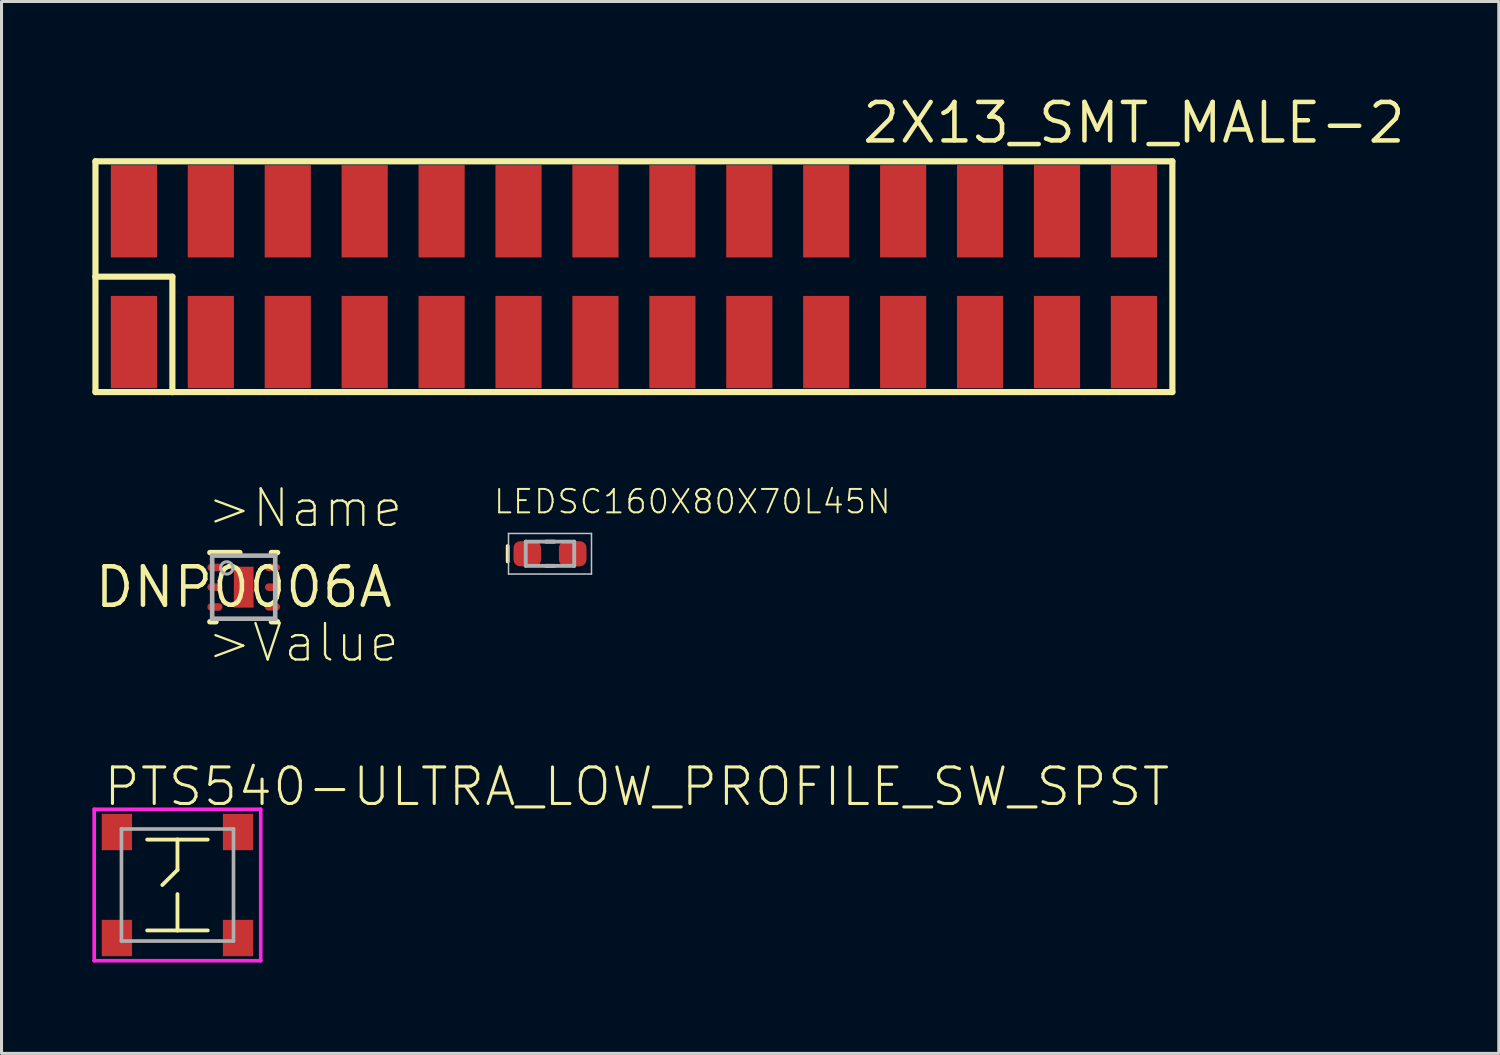
<source format=kicad_pcb>
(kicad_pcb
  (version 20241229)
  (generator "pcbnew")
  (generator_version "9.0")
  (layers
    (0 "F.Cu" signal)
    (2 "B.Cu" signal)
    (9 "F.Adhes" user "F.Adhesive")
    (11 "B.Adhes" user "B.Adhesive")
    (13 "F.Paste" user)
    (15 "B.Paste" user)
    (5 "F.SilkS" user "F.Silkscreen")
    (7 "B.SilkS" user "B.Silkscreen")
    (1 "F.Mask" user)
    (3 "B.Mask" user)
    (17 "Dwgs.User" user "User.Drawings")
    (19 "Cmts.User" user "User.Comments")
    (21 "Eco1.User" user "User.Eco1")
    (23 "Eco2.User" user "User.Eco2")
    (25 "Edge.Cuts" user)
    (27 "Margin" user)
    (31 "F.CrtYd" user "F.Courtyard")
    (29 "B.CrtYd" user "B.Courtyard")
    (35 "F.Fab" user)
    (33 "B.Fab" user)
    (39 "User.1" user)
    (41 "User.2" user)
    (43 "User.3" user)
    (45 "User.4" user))
  (footprint "2X13_SMT_MALE-2"
    (layer "F.Cu")
    (at 16.612 6.086)
    (property "Reference" "2X13_SMT_MALE-2" (at 17.78 -5.08 0) (layer "F.SilkS") (effects (font (size 1.27 1.27) (thickness 0.15))))
    (attr through_hole)
    (fp_line (start -16.51 -3.81) (end 19.05 -3.81) (stroke (width 0.203) (type solid)) (layer "F.SilkS"))
    (fp_line (start -16.51 0) (end -16.51 -3.81) (stroke (width 0.203) (type solid)) (layer "F.SilkS"))
    (fp_line (start -16.51 0) (end -13.97 0) (stroke (width 0.203) (type solid)) (layer "F.SilkS"))
    (fp_line (start -16.51 3.81) (end -16.51 0) (stroke (width 0.203) (type solid)) (layer "F.SilkS"))
    (fp_line (start -13.97 0) (end -13.97 3.81) (stroke (width 0.203) (type solid)) (layer "F.SilkS"))
    (fp_line (start -13.97 3.81) (end -16.51 3.81) (stroke (width 0.203) (type solid)) (layer "F.SilkS"))
    (fp_line (start 19.05 -3.81) (end 19.05 3.81) (stroke (width 0.203) (type solid)) (layer "F.SilkS"))
    (fp_line (start 19.05 3.81) (end -13.97 3.81) (stroke (width 0.203) (type solid)) (layer "F.SilkS"))
    (pad "1" smd rect (at -15.24 2.159 90) (size 3.048 1.524) (layers "F.Cu" "F.Mask" "F.Paste"))
    (pad "2" smd rect (at -15.24 -2.159 90) (size 3.048 1.524) (layers "F.Cu" "F.Mask" "F.Paste"))
    (pad "3" smd rect (at -12.7 2.159 90) (size 3.048 1.524) (layers "F.Cu" "F.Mask" "F.Paste"))
    (pad "4" smd rect (at -12.7 -2.159 270) (size 3.048 1.524) (layers "F.Cu" "F.Mask" "F.Paste"))
    (pad "5" smd rect (at -10.16 2.159 90) (size 3.048 1.524) (layers "F.Cu" "F.Mask" "F.Paste"))
    (pad "6" smd rect (at -10.16 -2.159 270) (size 3.048 1.524) (layers "F.Cu" "F.Mask" "F.Paste"))
    (pad "7" smd rect (at -7.62 2.159 90) (size 3.048 1.524) (layers "F.Cu" "F.Mask" "F.Paste"))
    (pad "8" smd rect (at -7.62 -2.159 270) (size 3.048 1.524) (layers "F.Cu" "F.Mask" "F.Paste"))
    (pad "9" smd rect (at -5.08 2.159 90) (size 3.048 1.524) (layers "F.Cu" "F.Mask" "F.Paste"))
    (pad "10" smd rect (at -5.08 -2.159 270) (size 3.048 1.524) (layers "F.Cu" "F.Mask" "F.Paste"))
    (pad "11" smd rect (at -2.54 2.159 90) (size 3.048 1.524) (layers "F.Cu" "F.Mask" "F.Paste"))
    (pad "12" smd rect (at -2.54 -2.159 270) (size 3.048 1.524) (layers "F.Cu" "F.Mask" "F.Paste"))
    (pad "13" smd rect (at 0 2.159 90) (size 3.048 1.524) (layers "F.Cu" "F.Mask" "F.Paste"))
    (pad "14" smd rect (at 0 -2.159 270) (size 3.048 1.524) (layers "F.Cu" "F.Mask" "F.Paste"))
    (pad "15" smd rect (at 2.54 2.159 90) (size 3.048 1.524) (layers "F.Cu" "F.Mask" "F.Paste"))
    (pad "16" smd rect (at 2.54 -2.159 270) (size 3.048 1.524) (layers "F.Cu" "F.Mask" "F.Paste"))
    (pad "17" smd rect (at 5.08 2.159 90) (size 3.048 1.524) (layers "F.Cu" "F.Mask" "F.Paste"))
    (pad "18" smd rect (at 5.08 -2.159 270) (size 3.048 1.524) (layers "F.Cu" "F.Mask" "F.Paste"))
    (pad "19" smd rect (at 7.62 2.159 90) (size 3.048 1.524) (layers "F.Cu" "F.Mask" "F.Paste"))
    (pad "20" smd rect (at 7.62 -2.159 270) (size 3.048 1.524) (layers "F.Cu" "F.Mask" "F.Paste"))
    (pad "21" smd rect (at 10.16 2.159 90) (size 3.048 1.524) (layers "F.Cu" "F.Mask" "F.Paste"))
    (pad "22" smd rect (at 10.16 -2.159 270) (size 3.048 1.524) (layers "F.Cu" "F.Mask" "F.Paste"))
    (pad "23" smd rect (at 12.7 2.159 90) (size 3.048 1.524) (layers "F.Cu" "F.Mask" "F.Paste"))
    (pad "24" smd rect (at 12.7 -2.159 270) (size 3.048 1.524) (layers "F.Cu" "F.Mask" "F.Paste"))
    (pad "25" smd rect (at 15.24 2.159 90) (size 3.048 1.524) (layers "F.Cu" "F.Mask" "F.Paste"))
    (pad "26" smd rect (at 15.24 -2.159 270) (size 3.048 1.524) (layers "F.Cu" "F.Mask" "F.Paste"))
    (pad "27" smd rect (at 17.78 2.159 90) (size 3.048 1.524) (layers "F.Cu" "F.Mask" "F.Paste"))
    (pad "28" smd rect (at 17.78 -2.159 270) (size 3.048 1.524) (layers "F.Cu" "F.Mask" "F.Paste")))
  (footprint "DNP0006A"
    (layer "F.Cu")
    (at 4.997 16.338)
    (property "Reference" "DNP0006A" (at 0 0 0) (layer "F.SilkS") (effects (font (size 1.27 1.27) (thickness 0.15))))
    (attr through_hole)
    (fp_line (start -1.118 -1.143) (end -0.127 -1.143) (stroke (width 0.178) (type solid)) (layer "F.SilkS"))
    (fp_line (start -1.118 1.143) (end -0.914 1.143) (stroke (width 0.178) (type solid)) (layer "F.SilkS"))
    (fp_line (start 0.914 -1.143) (end 1.118 -1.143) (stroke (width 0.178) (type solid)) (layer "F.SilkS"))
    (fp_line (start 0.914 1.143) (end 1.118 1.143) (stroke (width 0.178) (type solid)) (layer "F.SilkS"))
    (fp_poly (pts (xy 0.31 0.625) (xy 0.31 -0.625) (xy -0.31 -0.625) (xy -0.31 0.625)) (stroke (width 0) (type solid)) (fill yes) (layer "F.Paste"))
    (fp_line (start -1.041 -1.041) (end 1.041 -1.041) (stroke (width 0.152) (type solid)) (layer "F.Fab"))
    (fp_line (start -1.041 1.041) (end -1.041 -1.041) (stroke (width 0.152) (type solid)) (layer "F.Fab"))
    (fp_line (start -1.041 1.041) (end 1.041 1.041) (stroke (width 0.152) (type solid)) (layer "F.Fab"))
    (fp_line (start 1.041 1.041) (end 1.041 -1.041) (stroke (width 0.152) (type solid)) (layer "F.Fab"))
    (fp_arc (start -0.762 -0.635) (mid -0.5588 -0.8382) (end -0.3556 -0.635) (stroke (width 0.1016) (type solid)) (layer "F.Fab"))
    (fp_arc (start -0.3556 -0.635) (mid -0.5588 -0.4318) (end -0.762 -0.635) (stroke (width 0.1016) (type solid)) (layer "F.Fab"))
    (fp_text user ">Value" (at -1.27 2.54 0) (layer "F.SilkS") (effects (font (size 1.206 1.206) (thickness 0.076)) (justify left bottom)))
    (fp_text user ">Name" (at -1.27 -1.905 0) (layer "F.SilkS") (effects (font (size 1.206 1.206) (thickness 0.076)) (justify left bottom)))
    (pad "1" smd roundrect (at -0.95 -0.65) (size 0.5 0.25) (layers "F.Cu" "F.Mask" "F.Paste") (roundrect_rratio 0.5))
    (pad "2" smd roundrect (at -0.95 0) (size 0.5 0.25) (layers "F.Cu" "F.Mask" "F.Paste") (roundrect_rratio 0.5))
    (pad "3" smd roundrect (at -0.95 0.655) (size 0.5 0.25) (layers "F.Cu" "F.Mask" "F.Paste") (roundrect_rratio 0.5))
    (pad "4" smd roundrect (at 0.95 0.65) (size 0.5 0.25) (layers "F.Cu" "F.Mask" "F.Paste") (roundrect_rratio 0.5))
    (pad "5" smd roundrect (at 0.95 0) (size 0.5 0.25) (layers "F.Cu" "F.Mask" "F.Paste") (roundrect_rratio 0.5))
    (pad "6" smd roundrect (at 0.95 -0.65) (size 0.5 0.25) (layers "F.Cu" "F.Mask" "F.Paste") (roundrect_rratio 0.5))
    (pad "7" smd rect (at 0 0) (size 0.65 1.35) (layers "F.Cu" "F.Mask")))
  (footprint "LEDSC160X80X70L45N"
    (layer "F.Cu")
    (at 15.111 15.235)
    (property "Reference" "LEDSC160X80X70L45N" (at -1.905 -1.27 0) (layer "F.SilkS") (effects (font (size 0.772 0.772) (thickness 0.065)) (justify left bottom)))
    (attr through_hole)
    (fp_line (start -1.397 -0.254) (end -1.397 0.254) (stroke (width 0.127) (type solid)) (layer "F.SilkS"))
    (fp_line (start -0.14 -0.4) (end 0.14 -0.4) (stroke (width 0.127) (type solid)) (layer "F.SilkS"))
    (fp_line (start -0.14 0.4) (end 0.14 0.4) (stroke (width 0.127) (type solid)) (layer "F.SilkS"))
    (fp_line (start -1.37 -0.67) (end 1.37 -0.67) (stroke (width 0.05) (type solid)) (layer "Dwgs.User"))
    (fp_line (start -1.37 0.67) (end -1.37 -0.67) (stroke (width 0.05) (type solid)) (layer "Dwgs.User"))
    (fp_line (start 1.37 -0.67) (end 1.37 0.67) (stroke (width 0.05) (type solid)) (layer "Dwgs.User"))
    (fp_line (start 1.37 0.67) (end -1.37 0.67) (stroke (width 0.05) (type solid)) (layer "Dwgs.User"))
    (fp_line (start -0.8 -0.4) (end 0.8 -0.4) (stroke (width 0.127) (type solid)) (layer "F.Fab"))
    (fp_line (start -0.8 0.4) (end -0.8 -0.4) (stroke (width 0.127) (type solid)) (layer "F.Fab"))
    (fp_line (start 0.8 -0.4) (end 0.8 0.4) (stroke (width 0.127) (type solid)) (layer "F.Fab"))
    (fp_line (start 0.8 0.4) (end -0.8 0.4) (stroke (width 0.127) (type solid)) (layer "F.Fab"))
    (pad "A" smd roundrect (at 0.75 0) (size 0.91 0.83) (layers "F.Cu" "F.Mask" "F.Paste") (roundrect_rratio 0.265))
    (pad "C" smd roundrect (at -0.75 0) (size 0.91 0.83) (layers "F.Cu" "F.Mask" "F.Paste") (roundrect_rratio 0.265)))
  (footprint "PTS540-ULTRA_LOW_PROFILE_SW_SPST"
    (layer "F.Cu")
    (at 2.81 26.173)
    (property "Reference" "PTS540-ULTRA_LOW_PROFILE_SW_SPST" (at -2.5 -2.54 0) (layer "F.SilkS") (effects (font (size 1.206 1.206) (thickness 0.102)) (justify left bottom)))
    (attr through_hole)
    (fp_line (start -1 -1.5) (end 0 -1.5) (stroke (width 0.127) (type solid)) (layer "F.SilkS"))
    (fp_line (start -1 1.5) (end 0 1.5) (stroke (width 0.127) (type solid)) (layer "F.SilkS"))
    (fp_line (start 0 -1.5) (end 0 -0.5) (stroke (width 0.127) (type solid)) (layer "F.SilkS"))
    (fp_line (start 0 -1.5) (end 1 -1.5) (stroke (width 0.127) (type solid)) (layer "F.SilkS"))
    (fp_line (start 0 -0.5) (end -0.5 0) (stroke (width 0.127) (type solid)) (layer "F.SilkS"))
    (fp_line (start 0 1.5) (end 0 0.3) (stroke (width 0.127) (type solid)) (layer "F.SilkS"))
    (fp_line (start 0 1.5) (end 1 1.5) (stroke (width 0.127) (type solid)) (layer "F.SilkS"))
    (fp_line (start -2.75 -2.5) (end -2.75 2.5) (stroke (width 0.12) (type solid)) (layer "F.CrtYd"))
    (fp_line (start -2.75 2.5) (end 2.75 2.5) (stroke (width 0.12) (type solid)) (layer "F.CrtYd"))
    (fp_line (start 2.75 -2.5) (end -2.75 -2.5) (stroke (width 0.12) (type solid)) (layer "F.CrtYd"))
    (fp_line (start 2.75 2.5) (end 2.75 -2.5) (stroke (width 0.12) (type solid)) (layer "F.CrtYd"))
    (fp_line (start -1.85 -1.85) (end -1.85 1.85) (stroke (width 0.12) (type solid)) (layer "F.Fab"))
    (fp_line (start -1.85 1.85) (end 1.85 1.85) (stroke (width 0.12) (type solid)) (layer "F.Fab"))
    (fp_line (start 1.85 -1.85) (end -1.85 -1.85) (stroke (width 0.12) (type solid)) (layer "F.Fab"))
    (fp_line (start 1.85 1.85) (end 1.85 -1.85) (stroke (width 0.12) (type solid)) (layer "F.Fab"))
    (pad "1" smd rect (at -2 -1.75) (size 1 1.2) (layers "F.Cu" "F.Mask" "F.Paste"))
    (pad "2" smd rect (at 2 -1.75) (size 1 1.2) (layers "F.Cu" "F.Mask" "F.Paste"))
    (pad "3" smd rect (at -2 1.75) (size 1 1.2) (layers "F.Cu" "F.Mask" "F.Paste"))
    (pad "4" smd rect (at 2 1.75) (size 1 1.2) (layers "F.Cu" "F.Mask" "F.Paste")))
  (gr_rect
    (start -3 -3)
    (end 46.44 31.733)
    (stroke (width 0.1) (type default))
    (fill no)
    (layer "Edge.Cuts")))
</source>
